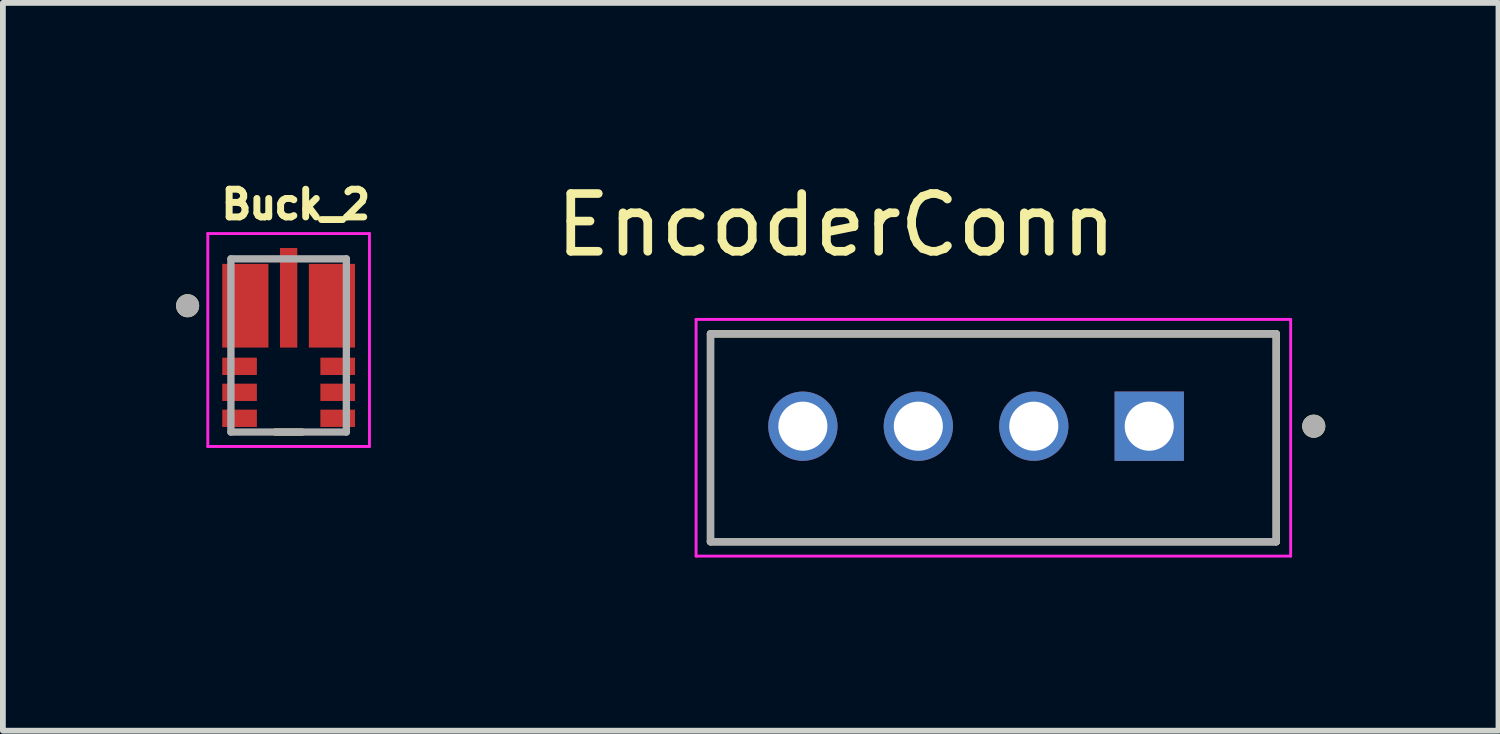
<source format=kicad_pcb>
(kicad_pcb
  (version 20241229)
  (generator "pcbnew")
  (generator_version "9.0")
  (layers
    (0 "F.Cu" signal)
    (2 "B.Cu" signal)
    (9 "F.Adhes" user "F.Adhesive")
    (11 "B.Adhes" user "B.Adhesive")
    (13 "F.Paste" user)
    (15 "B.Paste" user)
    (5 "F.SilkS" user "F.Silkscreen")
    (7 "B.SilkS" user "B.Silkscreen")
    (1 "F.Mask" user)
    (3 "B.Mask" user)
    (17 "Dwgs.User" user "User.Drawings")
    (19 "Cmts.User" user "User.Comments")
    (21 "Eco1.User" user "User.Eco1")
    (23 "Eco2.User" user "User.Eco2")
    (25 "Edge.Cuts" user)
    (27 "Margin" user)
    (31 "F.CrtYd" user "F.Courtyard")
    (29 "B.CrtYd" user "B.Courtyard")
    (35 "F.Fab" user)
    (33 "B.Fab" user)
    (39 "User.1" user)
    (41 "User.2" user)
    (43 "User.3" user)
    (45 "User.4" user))
  (footprint "Buck_2"
    (layer "F.Cu")
    (at 1.95 2.934)
    (property "Reference" "Buck_2" (at 0.124 -2.442 0) (layer "F.SilkS") (effects (font (size 0.48 0.48) (thickness 0.15))))
    (attr smd)
    (fp_poly (pts (xy -1.2 -1.462) (xy -0.3 -1.462) (xy -0.3 0.087) (xy -1.2 0.087)) (stroke (width 0.01) (type solid)) (fill yes) (layer "F.Mask"))
    (fp_poly (pts (xy -1.2 0.163) (xy -0.5 0.163) (xy -0.5 0.562) (xy -1.2 0.562)) (stroke (width 0.01) (type solid)) (fill yes) (layer "F.Mask"))
    (fp_poly (pts (xy -1.2 0.613) (xy -0.5 0.613) (xy -0.5 1.012) (xy -1.2 1.012)) (stroke (width 0.01) (type solid)) (fill yes) (layer "F.Mask"))
    (fp_poly (pts (xy -1.2 1.062) (xy -0.5 1.062) (xy -0.5 1.462) (xy -1.2 1.462)) (stroke (width 0.01) (type solid)) (fill yes) (layer "F.Mask"))
    (fp_poly (pts (xy -0.2 -1.738) (xy 0.2 -1.738) (xy 0.2 0.087) (xy -0.2 0.087)) (stroke (width 0.01) (type solid)) (fill yes) (layer "F.Mask"))
    (fp_poly (pts (xy 0.3 -1.462) (xy 1.2 -1.462) (xy 1.2 0.087) (xy 0.3 0.087)) (stroke (width 0.01) (type solid)) (fill yes) (layer "F.Mask"))
    (fp_poly (pts (xy 0.5 0.163) (xy 1.2 0.163) (xy 1.2 0.562) (xy 0.5 0.562)) (stroke (width 0.01) (type solid)) (fill yes) (layer "F.Mask"))
    (fp_poly (pts (xy 0.5 0.613) (xy 1.2 0.613) (xy 1.2 1.012) (xy 0.5 1.012)) (stroke (width 0.01) (type solid)) (fill yes) (layer "F.Mask"))
    (fp_poly (pts (xy 0.5 1.062) (xy 1.2 1.062) (xy 1.2 1.462) (xy 0.5 1.462)) (stroke (width 0.01) (type solid)) (fill yes) (layer "F.Mask"))
    (fp_line (start -0.23 1.5) (end 0.23 1.5) (stroke (width 0.127) (type solid)) (layer "F.SilkS"))
    (fp_circle (center -1.75 -0.688) (end -1.65 -0.688) (stroke (width 0.2) (type solid)) (fill no) (layer "F.SilkS"))
    (fp_line (start -1.4 -1.938) (end -1.4 1.75) (stroke (width 0.05) (type solid)) (layer "F.CrtYd"))
    (fp_line (start -1.4 1.75) (end 1.4 1.75) (stroke (width 0.05) (type solid)) (layer "F.CrtYd"))
    (fp_line (start 1.4 -1.938) (end -1.4 -1.938) (stroke (width 0.05) (type solid)) (layer "F.CrtYd"))
    (fp_line (start 1.4 1.75) (end 1.4 -1.938) (stroke (width 0.05) (type solid)) (layer "F.CrtYd"))
    (fp_line (start -1 -1.5) (end -1 1.5) (stroke (width 0.127) (type solid)) (layer "F.Fab"))
    (fp_line (start -1 1.5) (end 1 1.5) (stroke (width 0.127) (type solid)) (layer "F.Fab"))
    (fp_line (start 1 -1.5) (end -1 -1.5) (stroke (width 0.127) (type solid)) (layer "F.Fab"))
    (fp_line (start 1 1.5) (end 1 -1.5) (stroke (width 0.127) (type solid)) (layer "F.Fab"))
    (fp_circle (center -1.75 -0.688) (end -1.65 -0.688) (stroke (width 0.2) (type solid)) (fill no) (layer "F.Fab"))
    (pad "1" smd rect (at -0.75 -0.688) (size 0.8 1.45) (layers "F.Cu" "F.Paste"))
    (pad "2" smd rect (at -0.85 0.362) (size 0.6 0.3) (layers "F.Cu" "F.Paste"))
    (pad "3" smd rect (at -0.85 0.812) (size 0.6 0.3) (layers "F.Cu" "F.Paste"))
    (pad "4" smd rect (at -0.85 1.262) (size 0.6 0.3) (layers "F.Cu" "F.Paste"))
    (pad "5" smd rect (at 0.85 1.262) (size 0.6 0.3) (layers "F.Cu" "F.Paste"))
    (pad "6" smd rect (at 0.85 0.812) (size 0.6 0.3) (layers "F.Cu" "F.Paste"))
    (pad "7" smd rect (at 0.85 0.362) (size 0.6 0.3) (layers "F.Cu" "F.Paste"))
    (pad "8" smd rect (at 0.75 -0.688) (size 0.8 1.45) (layers "F.Cu" "F.Paste"))
    (pad "9" smd rect (at 0 -0.825) (size 0.3 1.725) (layers "F.Cu" "F.Paste")))
  (footprint "EncoderConn"
    (layer "F.Cu")
    (at 16.858 4.333)
    (property "Reference" "EncoderConn" (at -5.425 -3.485 0) (layer "F.SilkS") (effects (font (size 1 1) (thickness 0.15))))
    (attr through_hole)
    (fp_line (start -7.6 2) (end -7.6 -1.6) (stroke (width 0.127) (type solid)) (layer "F.SilkS"))
    (fp_line (start 2.2 -1.6) (end -7.6 -1.6) (stroke (width 0.127) (type solid)) (layer "F.SilkS"))
    (fp_line (start 2.2 -1.6) (end 2.2 2) (stroke (width 0.127) (type solid)) (layer "F.SilkS"))
    (fp_line (start 2.2 2) (end -7.6 2) (stroke (width 0.127) (type solid)) (layer "F.SilkS"))
    (fp_circle (center 2.85 0) (end 2.95 0) (stroke (width 0.2) (type solid)) (fill no) (layer "F.SilkS"))
    (fp_line (start -7.85 -1.85) (end 2.45 -1.85) (stroke (width 0.05) (type solid)) (layer "F.CrtYd"))
    (fp_line (start -7.85 2.25) (end -7.85 -1.85) (stroke (width 0.05) (type solid)) (layer "F.CrtYd"))
    (fp_line (start 2.45 -1.85) (end 2.45 2.25) (stroke (width 0.05) (type solid)) (layer "F.CrtYd"))
    (fp_line (start 2.45 2.25) (end -7.85 2.25) (stroke (width 0.05) (type solid)) (layer "F.CrtYd"))
    (fp_line (start -7.6 -1.6) (end 2.2 -1.6) (stroke (width 0.127) (type solid)) (layer "F.Fab"))
    (fp_line (start -7.6 2) (end -7.6 -1.6) (stroke (width 0.127) (type solid)) (layer "F.Fab"))
    (fp_line (start -7.6 2) (end -7.6 2) (stroke (width 0.127) (type solid)) (layer "F.Fab"))
    (fp_line (start -7.6 2) (end 2.2 2) (stroke (width 0.127) (type solid)) (layer "F.Fab"))
    (fp_line (start 2.2 -1.6) (end 2.2 2) (stroke (width 0.127) (type solid)) (layer "F.Fab"))
    (fp_line (start 2.2 2) (end -7.6 2) (stroke (width 0.127) (type solid)) (layer "F.Fab"))
    (fp_line (start 2.2 2) (end 2.2 2) (stroke (width 0.127) (type solid)) (layer "F.Fab"))
    (fp_circle (center 2.85 0) (end 2.95 0) (stroke (width 0.2) (type solid)) (fill no) (layer "F.Fab"))
    (pad "1" thru_hole rect (at 0 0) (size 1.2 1.2) (drill 0.85) (layers "*.Cu" "*.Mask"))
    (pad "2" thru_hole circle (at -2 0) (size 1.2 1.2) (drill 0.85) (layers "*.Cu" "*.Mask"))
    (pad "3" thru_hole circle (at -4 0) (size 1.2 1.2) (drill 0.85) (layers "*.Cu" "*.Mask"))
    (pad "4" thru_hole circle (at -6 0) (size 1.2 1.2) (drill 0.85) (layers "*.Cu" "*.Mask")))
  (gr_rect
    (start -3 -3)
    (end 22.908 9.608)
    (stroke (width 0.1) (type default))
    (fill no)
    (layer "Edge.Cuts")))
</source>
